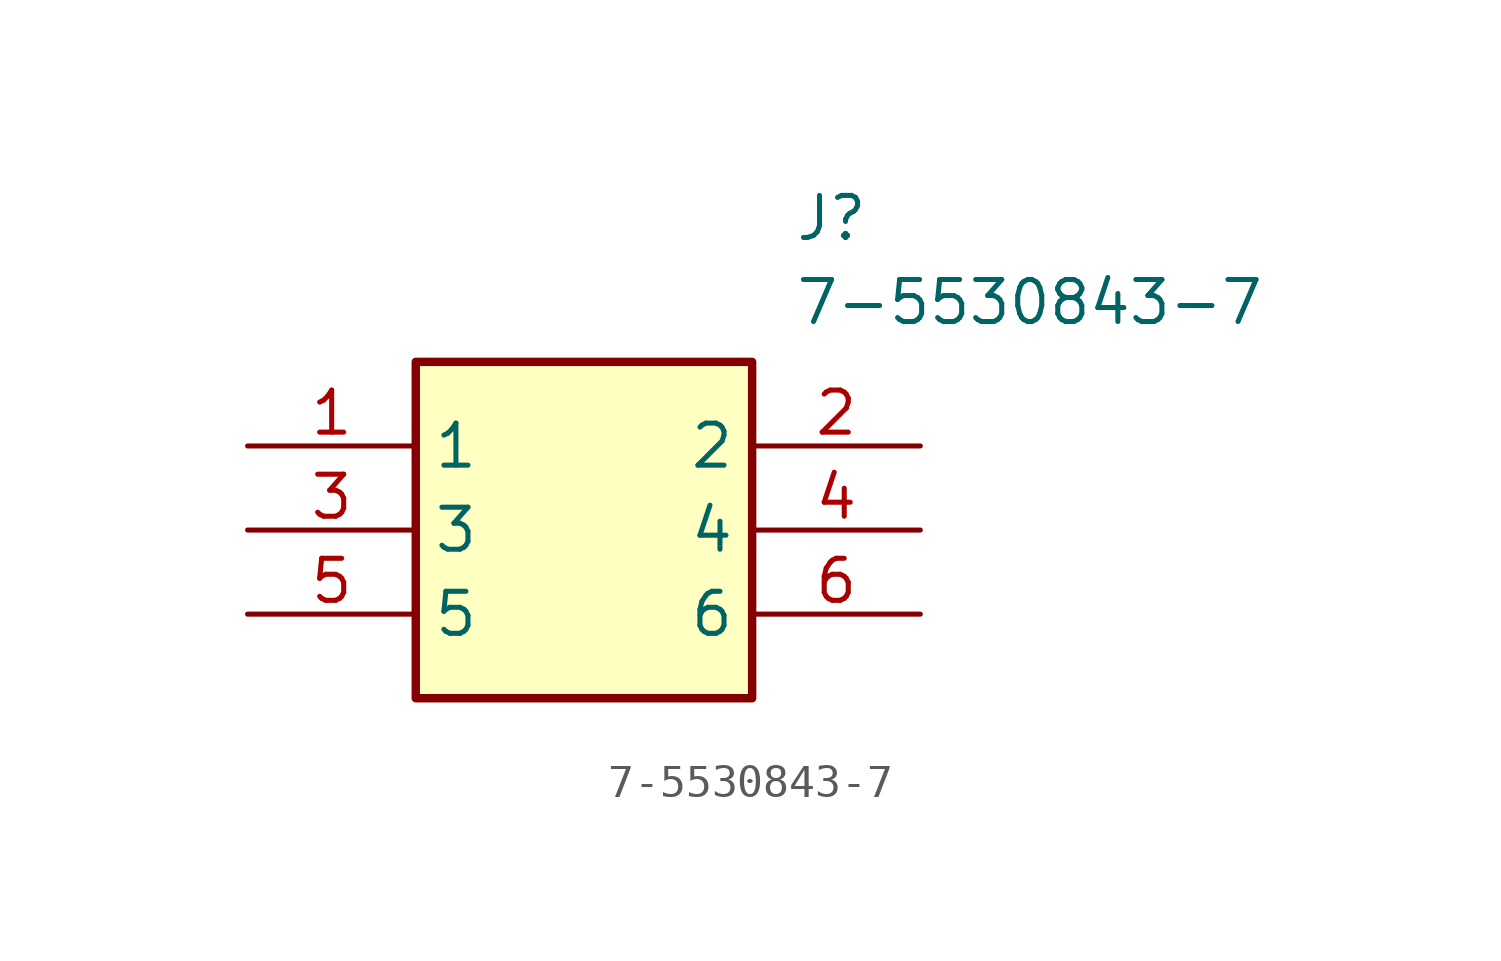
<source format=kicad_sym>
(kicad_symbol_lib
  (version 20211014)
  (generator SamacSys_ECAD_Model)
  (symbol "7-5530843-7"
    (property "Reference" "J"
      (at 16.51 7.62 0)
      (effects (font (size 1.27 1.27)) (justify left top)))
    (property "Value" "7-5530843-7"
      (at 16.51 5.08 0)
      (effects (font (size 1.27 1.27)) (justify left top)))
    (rectangle
      (start 5.08 2.54)
      (end 15.24 -7.62)
      (stroke (width 0.254) (type default))
      (fill (type background)))
    (pin passive line
      (at 0 0 0)
      (length 5.08)
      (name "1" (effects (font (size 1.27 1.27))))
      (number "1" (effects (font (size 1.27 1.27)))))
    (pin passive line
      (at 20.32 0 180)
      (length 5.08)
      (name "2" (effects (font (size 1.27 1.27))))
      (number "2" (effects (font (size 1.27 1.27)))))
    (pin passive line
      (at 0 -2.54 0)
      (length 5.08)
      (name "3" (effects (font (size 1.27 1.27))))
      (number "3" (effects (font (size 1.27 1.27)))))
    (pin passive line
      (at 20.32 -2.54 180)
      (length 5.08)
      (name "4" (effects (font (size 1.27 1.27))))
      (number "4" (effects (font (size 1.27 1.27)))))
    (pin passive line
      (at 0 -5.08 0)
      (length 5.08)
      (name "5" (effects (font (size 1.27 1.27))))
      (number "5" (effects (font (size 1.27 1.27)))))
    (pin passive line
      (at 20.32 -5.08 180)
      (length 5.08)
      (name "6" (effects (font (size 1.27 1.27))))
      (number "6" (effects (font (size 1.27 1.27)))))))
</source>
